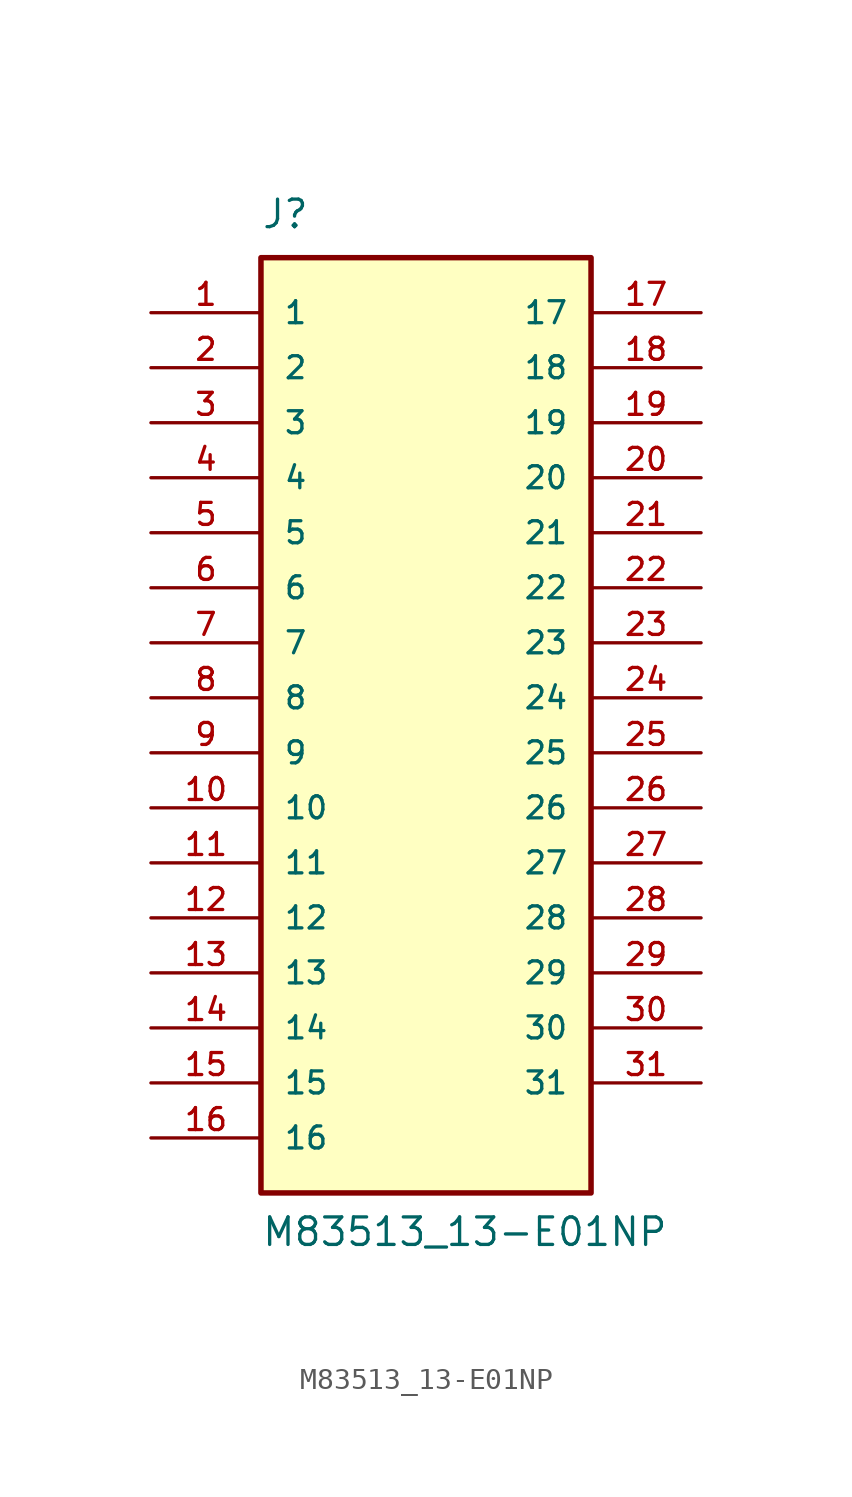
<source format=kicad_sym>
(kicad_symbol_lib
  (version 20211014)
  (generator kicad_symbol_editor)
  (symbol "M83513_13-E01NP"
    (pin_names
      (offset 1.016))
    (property "Reference" "J"
      (at -7.62 21.59 0)
      (effects (font (size 1.27 1.27)) (justify bottom left)))
    (property "Value" "M83513_13-E01NP"
      (at -7.62 -25.4 0)
      (effects (font (size 1.27 1.27)) (justify bottom left)))
    (symbol "M83513_13-E01NP_0_0"
      (rectangle (start -7.62 -22.86) (end 7.62 20.32) (stroke (width 0.254)) (fill (type background)))
      (pin passive line (at -12.7 17.78 0) (length 5.08) (name "1" (effects (font (size 1.016 1.016)))) (number "1" (effects (font (size 1.016 1.016)))))
      (pin passive line (at -12.7 15.24 0) (length 5.08) (name "2" (effects (font (size 1.016 1.016)))) (number "2" (effects (font (size 1.016 1.016)))))
      (pin passive line (at -12.7 12.7 0) (length 5.08) (name "3" (effects (font (size 1.016 1.016)))) (number "3" (effects (font (size 1.016 1.016)))))
      (pin passive line (at -12.7 10.16 0) (length 5.08) (name "4" (effects (font (size 1.016 1.016)))) (number "4" (effects (font (size 1.016 1.016)))))
      (pin passive line (at -12.7 7.62 0) (length 5.08) (name "5" (effects (font (size 1.016 1.016)))) (number "5" (effects (font (size 1.016 1.016)))))
      (pin passive line (at -12.7 5.08 0) (length 5.08) (name "6" (effects (font (size 1.016 1.016)))) (number "6" (effects (font (size 1.016 1.016)))))
      (pin passive line (at -12.7 2.54 0) (length 5.08) (name "7" (effects (font (size 1.016 1.016)))) (number "7" (effects (font (size 1.016 1.016)))))
      (pin passive line (at -12.7 0.0 0) (length 5.08) (name "8" (effects (font (size 1.016 1.016)))) (number "8" (effects (font (size 1.016 1.016)))))
      (pin passive line (at -12.7 -2.54 0) (length 5.08) (name "9" (effects (font (size 1.016 1.016)))) (number "9" (effects (font (size 1.016 1.016)))))
      (pin passive line (at -12.7 -5.08 0) (length 5.08) (name "10" (effects (font (size 1.016 1.016)))) (number "10" (effects (font (size 1.016 1.016)))))
      (pin passive line (at -12.7 -7.62 0) (length 5.08) (name "11" (effects (font (size 1.016 1.016)))) (number "11" (effects (font (size 1.016 1.016)))))
      (pin passive line (at -12.7 -10.16 0) (length 5.08) (name "12" (effects (font (size 1.016 1.016)))) (number "12" (effects (font (size 1.016 1.016)))))
      (pin passive line (at -12.7 -12.7 0) (length 5.08) (name "13" (effects (font (size 1.016 1.016)))) (number "13" (effects (font (size 1.016 1.016)))))
      (pin passive line (at -12.7 -15.24 0) (length 5.08) (name "14" (effects (font (size 1.016 1.016)))) (number "14" (effects (font (size 1.016 1.016)))))
      (pin passive line (at -12.7 -17.78 0) (length 5.08) (name "15" (effects (font (size 1.016 1.016)))) (number "15" (effects (font (size 1.016 1.016)))))
      (pin passive line (at -12.7 -20.32 0) (length 5.08) (name "16" (effects (font (size 1.016 1.016)))) (number "16" (effects (font (size 1.016 1.016)))))
      (pin passive line (at 12.7 17.78 180.0) (length 5.08) (name "17" (effects (font (size 1.016 1.016)))) (number "17" (effects (font (size 1.016 1.016)))))
      (pin passive line (at 12.7 15.24 180.0) (length 5.08) (name "18" (effects (font (size 1.016 1.016)))) (number "18" (effects (font (size 1.016 1.016)))))
      (pin passive line (at 12.7 12.7 180.0) (length 5.08) (name "19" (effects (font (size 1.016 1.016)))) (number "19" (effects (font (size 1.016 1.016)))))
      (pin passive line (at 12.7 10.16 180.0) (length 5.08) (name "20" (effects (font (size 1.016 1.016)))) (number "20" (effects (font (size 1.016 1.016)))))
      (pin passive line (at 12.7 7.62 180.0) (length 5.08) (name "21" (effects (font (size 1.016 1.016)))) (number "21" (effects (font (size 1.016 1.016)))))
      (pin passive line (at 12.7 5.08 180.0) (length 5.08) (name "22" (effects (font (size 1.016 1.016)))) (number "22" (effects (font (size 1.016 1.016)))))
      (pin passive line (at 12.7 2.54 180.0) (length 5.08) (name "23" (effects (font (size 1.016 1.016)))) (number "23" (effects (font (size 1.016 1.016)))))
      (pin passive line (at 12.7 0.0 180.0) (length 5.08) (name "24" (effects (font (size 1.016 1.016)))) (number "24" (effects (font (size 1.016 1.016)))))
      (pin passive line (at 12.7 -2.54 180.0) (length 5.08) (name "25" (effects (font (size 1.016 1.016)))) (number "25" (effects (font (size 1.016 1.016)))))
      (pin passive line (at 12.7 -5.08 180.0) (length 5.08) (name "26" (effects (font (size 1.016 1.016)))) (number "26" (effects (font (size 1.016 1.016)))))
      (pin passive line (at 12.7 -7.62 180.0) (length 5.08) (name "27" (effects (font (size 1.016 1.016)))) (number "27" (effects (font (size 1.016 1.016)))))
      (pin passive line (at 12.7 -10.16 180.0) (length 5.08) (name "28" (effects (font (size 1.016 1.016)))) (number "28" (effects (font (size 1.016 1.016)))))
      (pin passive line (at 12.7 -12.7 180.0) (length 5.08) (name "29" (effects (font (size 1.016 1.016)))) (number "29" (effects (font (size 1.016 1.016)))))
      (pin passive line (at 12.7 -15.24 180.0) (length 5.08) (name "30" (effects (font (size 1.016 1.016)))) (number "30" (effects (font (size 1.016 1.016)))))
      (pin passive line (at 12.7 -17.78 180.0) (length 5.08) (name "31" (effects (font (size 1.016 1.016)))) (number "31" (effects (font (size 1.016 1.016))))))))
</source>
